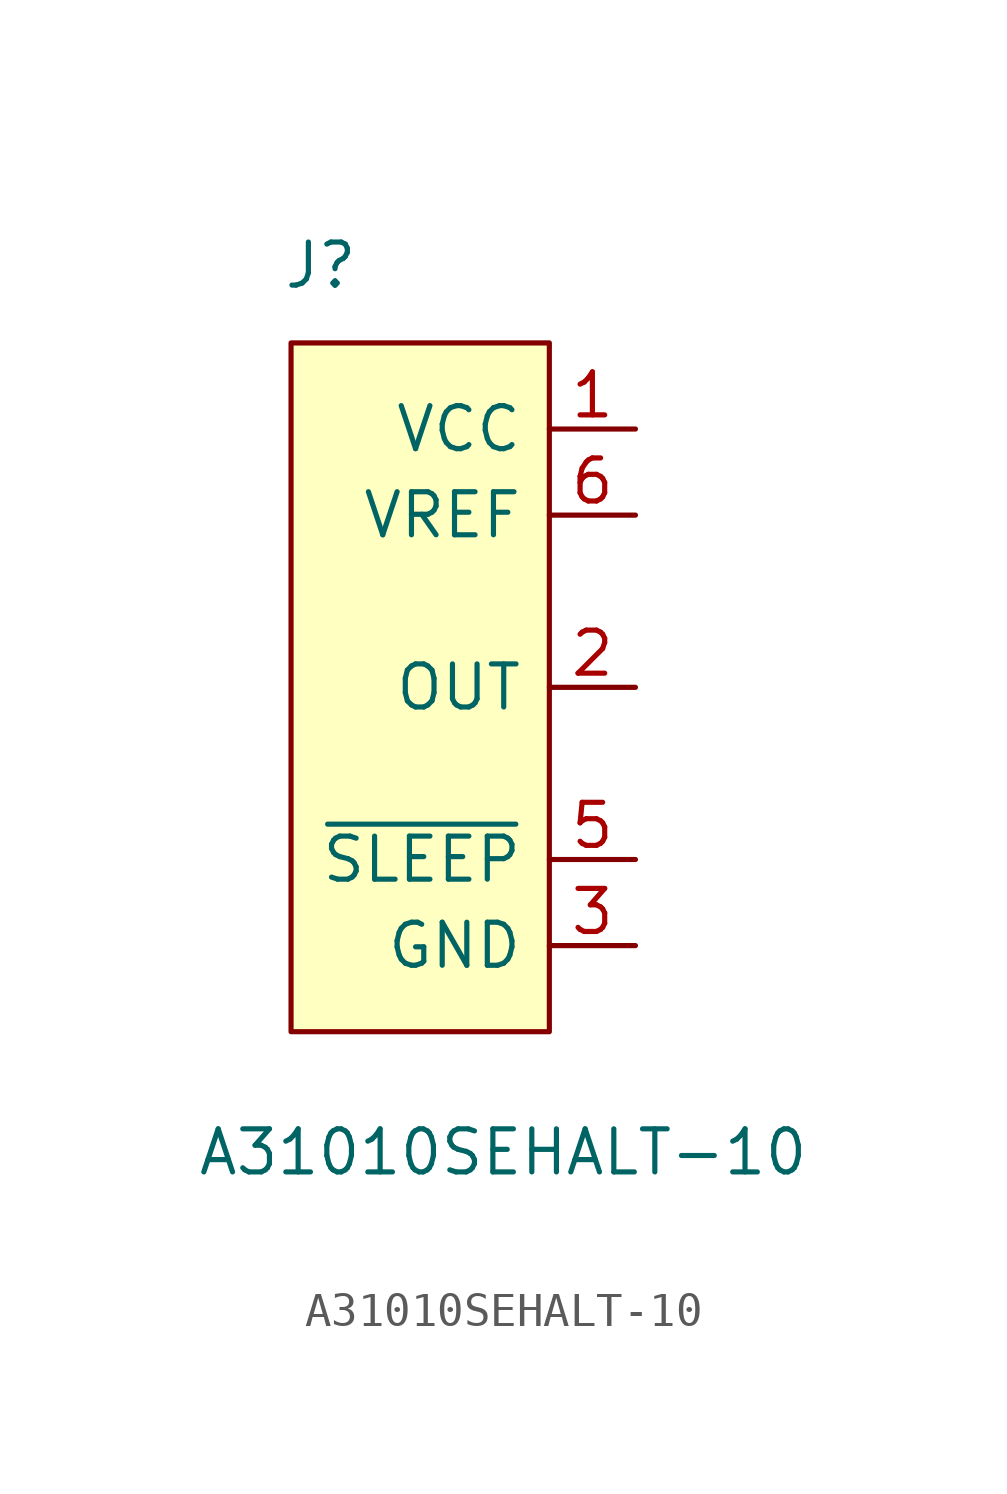
<source format=kicad_sym>
(kicad_symbol_lib
  (version 20231120)
  (generator "kicad_symbol_editor")
  (generator_version "8.0")
  (symbol "A31010SEHALT-10"
    (pin_names
      (offset 0.762))
    (property "Reference" "J"
      (at -5.334 12.446 0)
      (effects (font (size 1.27 1.27)) (justify left)))
    (property "Value" "A31010SEHALT-10"
      (at -7.874 -13.716 0)
      (effects (font (size 1.27 1.27)) (justify left)))
    (symbol "A31010SEHALT-10_1_0"
      (pin power_in line (at 5.08 7.62 180) (length 2.54) (name "VCC" (effects (font (size 1.27 1.27)))) (number "1" (effects (font (size 1.27 1.27)))))
      (pin passive line (at 5.08 0 180) (length 2.54) (name "OUT" (effects (font (size 1.27 1.27)))) (number "2" (effects (font (size 1.27 1.27)))))
      (pin power_in line (at 5.08 -7.62 180) (length 2.54) (name "GND" (effects (font (size 1.27 1.27)))) (number "3" (effects (font (size 1.27 1.27)))))
      (pin passive line (at 5.08 -5.08 180) (length 2.54) (name "~{SLEEP}" (effects (font (size 1.27 1.27)))) (number "5" (effects (font (size 1.27 1.27)))))
      (pin passive line (at 5.08 5.08 180) (length 2.54) (name "VREF" (effects (font (size 1.27 1.27)))) (number "6" (effects (font (size 1.27 1.27))))))
    (symbol "A31010SEHALT-10_1_1"
      (polyline (pts (xy -5.08 10.16) (xy 2.54 10.16) (xy 2.54 -10.16) (xy -5.08 -10.16) (xy -5.08 10.16)) (stroke (width 0.152) (type solid)) (fill (type background))))))
</source>
